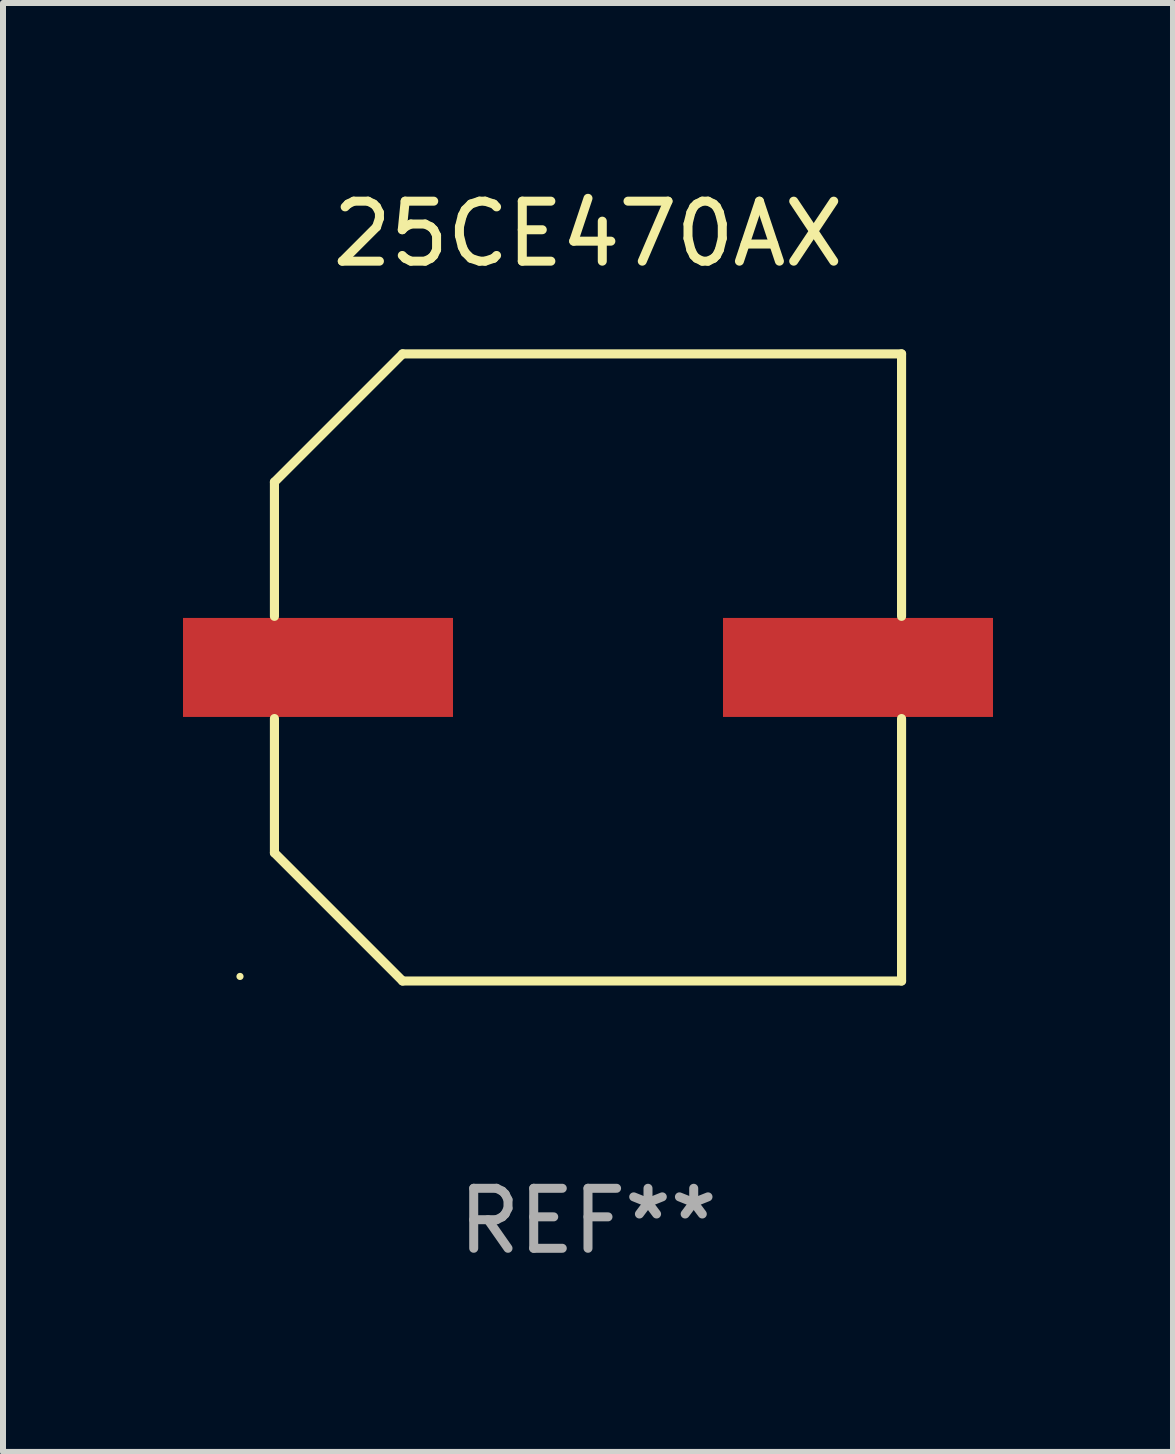
<source format=kicad_pcb>
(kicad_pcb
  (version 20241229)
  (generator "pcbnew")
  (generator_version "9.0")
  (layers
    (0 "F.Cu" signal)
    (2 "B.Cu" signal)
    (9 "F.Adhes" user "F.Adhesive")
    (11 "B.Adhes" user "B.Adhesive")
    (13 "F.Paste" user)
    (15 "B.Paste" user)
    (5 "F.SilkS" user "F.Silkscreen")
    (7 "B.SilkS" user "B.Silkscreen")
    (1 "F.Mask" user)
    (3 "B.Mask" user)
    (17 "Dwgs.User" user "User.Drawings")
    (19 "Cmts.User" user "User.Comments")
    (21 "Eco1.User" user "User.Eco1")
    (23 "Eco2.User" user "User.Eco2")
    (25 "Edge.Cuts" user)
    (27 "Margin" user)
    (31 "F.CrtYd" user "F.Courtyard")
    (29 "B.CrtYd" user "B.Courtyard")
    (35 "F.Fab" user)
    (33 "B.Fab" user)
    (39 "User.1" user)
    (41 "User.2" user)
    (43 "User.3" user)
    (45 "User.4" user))
  (footprint "25CE470AX"
    (layer "F.Cu")
    (at 6.75 8.074)
    (property "Reference" "25CE470AX" (at 0 -7.226 0) (layer "F.SilkS") (effects (font (size 1 1) (thickness 0.15))))
    (attr through_hole)
    (fp_line (start -5.226 -3.09) (end -5.226 -0.852) (stroke (width 0.152) (type solid)) (layer "F.SilkS"))
    (fp_line (start -5.226 3.09) (end -5.226 0.852) (stroke (width 0.152) (type solid)) (layer "F.SilkS"))
    (fp_line (start -3.09 -5.226) (end -5.226 -3.09) (stroke (width 0.152) (type solid)) (layer "F.SilkS"))
    (fp_line (start -3.09 5.226) (end -5.226 3.09) (stroke (width 0.152) (type solid)) (layer "F.SilkS"))
    (fp_line (start 5.226 -5.226) (end -3.09 -5.226) (stroke (width 0.152) (type solid)) (layer "F.SilkS"))
    (fp_line (start 5.226 -0.852) (end 5.226 -5.226) (stroke (width 0.152) (type solid)) (layer "F.SilkS"))
    (fp_line (start 5.226 0.852) (end 5.226 5.226) (stroke (width 0.152) (type solid)) (layer "F.SilkS"))
    (fp_line (start 5.226 5.226) (end -3.09 5.226) (stroke (width 0.152) (type solid)) (layer "F.SilkS"))
    (fp_circle (center -5.8 5.15) (end -5.77 5.15) (stroke (width 0.06) (type solid)) (fill no) (layer "F.SilkS"))
    (fp_text user "REF**" (at 0 9.226 0) (layer "F.Fab") (effects (font (size 1 1) (thickness 0.15))))
    (pad "1" smd rect (at -4.5 0) (size 4.5 1.65) (layers "F.Cu" "F.Mask" "F.Paste"))
    (pad "2" smd rect (at 4.5 0) (size 4.5 1.65) (layers "F.Cu" "F.Mask" "F.Paste")))
  (gr_rect
    (start -3 -3)
    (end 16.5 21.149)
    (stroke (width 0.1) (type default))
    (fill no)
    (layer "Edge.Cuts")))
</source>
